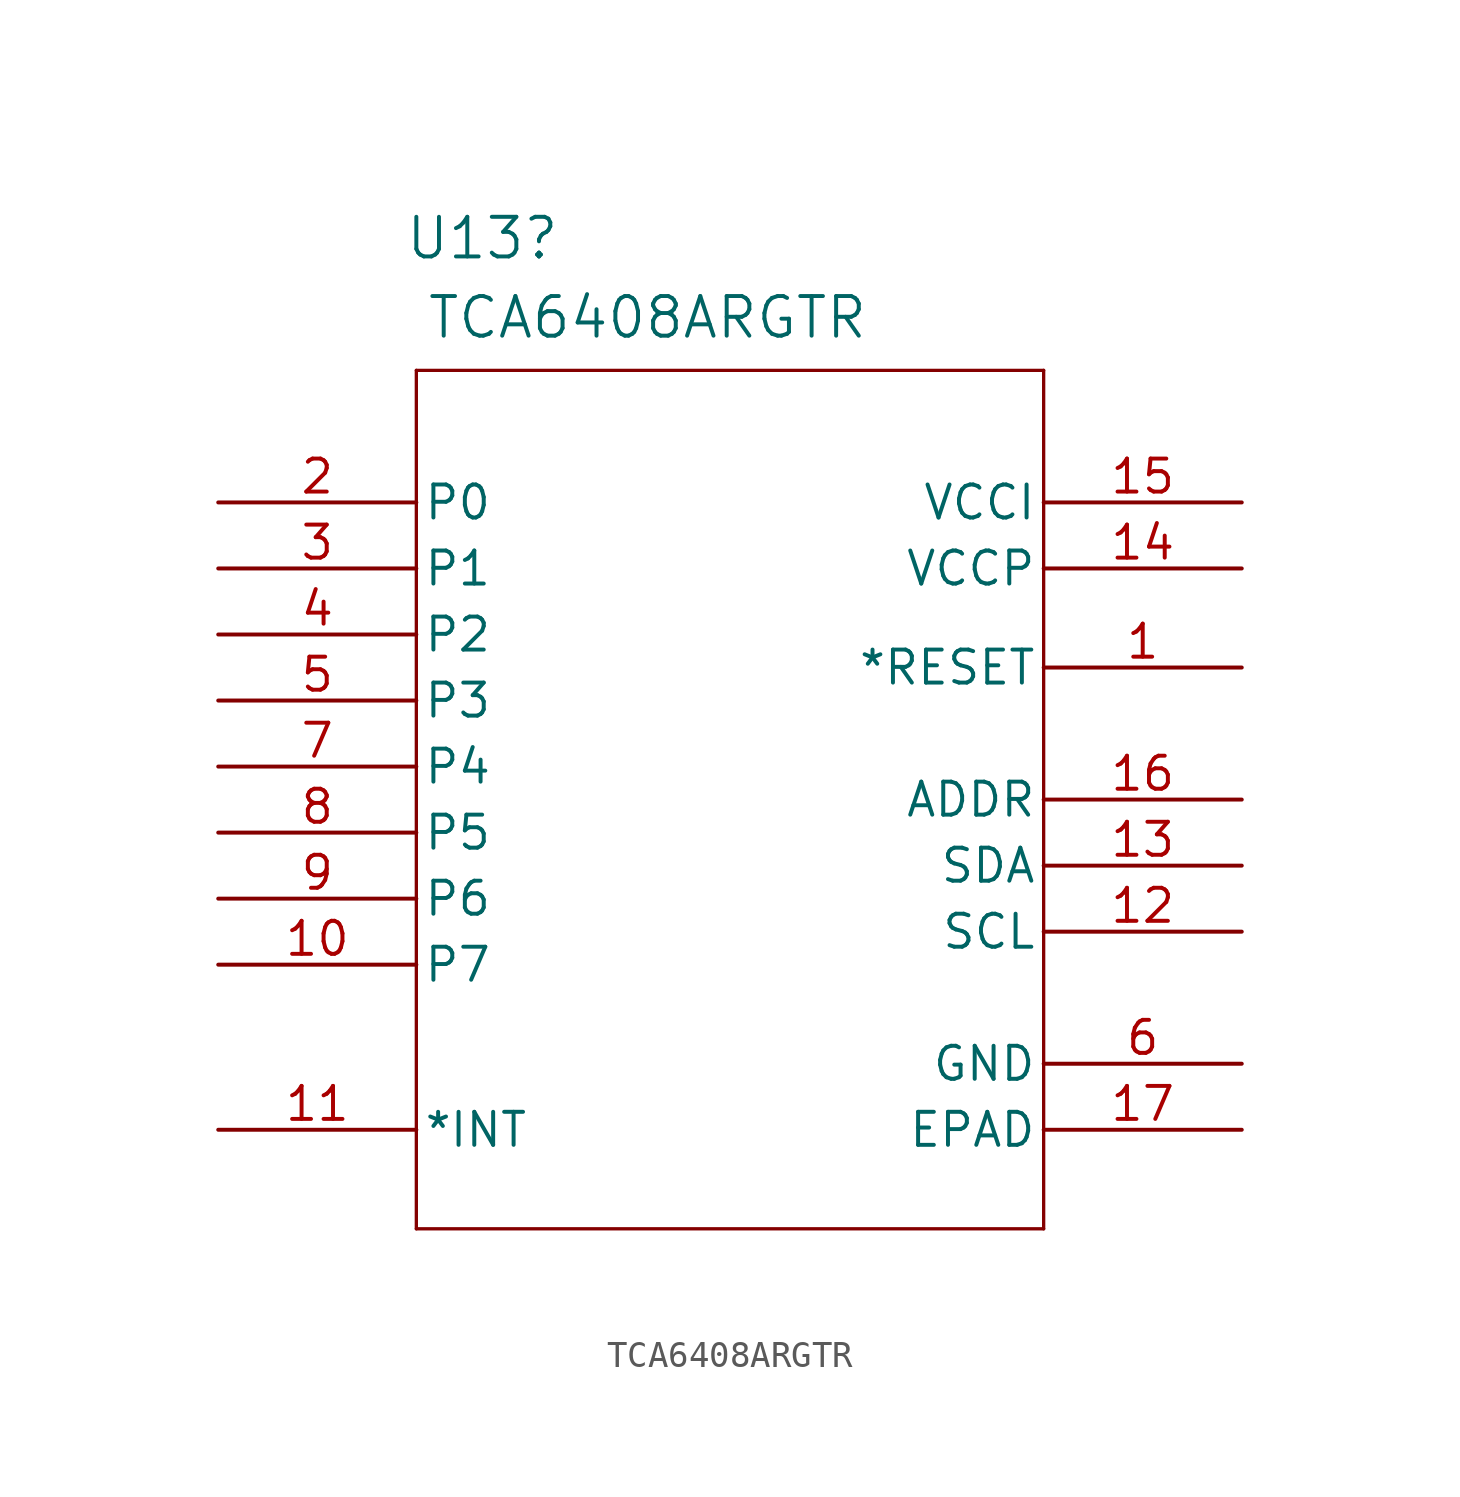
<source format=kicad_sym>
(kicad_symbol_lib
  (version 20231120)
  (generator "kicad_symbol_editor")
  (generator_version "8.0")
  (symbol "TCA6408ARGTR"
    (pin_names
      (offset 0.254))
    (property "Reference" "U13"
      (at 10.16 10.16 0)
      (effects (font (size 1.524 1.524))))
    (property "Value" "TCA6408ARGTR"
      (at 16.51 7.112 0)
      (effects (font (size 1.524 1.524))))
    (property "ki_locked" ""
      (at 0 0 0)
      (effects (font (size 1.27 1.27))))
    (symbol "TCA6408ARGTR_0_1"
      (polyline (pts (xy 7.62 -27.94) (xy 31.75 -27.94)) (stroke (width 0.127) (type default)) (fill (type none)))
      (polyline (pts (xy 7.62 5.08) (xy 7.62 -27.94)) (stroke (width 0.127) (type default)) (fill (type none)))
      (polyline (pts (xy 31.75 -27.94) (xy 31.75 5.08)) (stroke (width 0.127) (type default)) (fill (type none)))
      (polyline (pts (xy 31.75 5.08) (xy 7.62 5.08)) (stroke (width 0.127) (type default)) (fill (type none)))
      (pin bidirectional line (at 39.37 -16.51 180) (length 7.62) (name "SCL" (effects (font (size 1.27 1.27)))) (number "12" (effects (font (size 1.27 1.27)))))
      (pin bidirectional line (at 39.37 -13.97 180) (length 7.62) (name "SDA" (effects (font (size 1.27 1.27)))) (number "13" (effects (font (size 1.27 1.27)))))
      (pin power_in line (at 39.37 -2.54 180) (length 7.62) (name "VCCP" (effects (font (size 1.27 1.27)))) (number "14" (effects (font (size 1.27 1.27)))))
      (pin power_in line (at 39.37 0 180) (length 7.62) (name "VCCI" (effects (font (size 1.27 1.27)))) (number "15" (effects (font (size 1.27 1.27)))))
      (pin unspecified line (at 39.37 -11.43 180) (length 7.62) (name "ADDR" (effects (font (size 1.27 1.27)))) (number "16" (effects (font (size 1.27 1.27)))))
      (pin unspecified line (at 39.37 -24.13 180) (length 7.62) (name "EPAD" (effects (font (size 1.27 1.27)))) (number "17" (effects (font (size 1.27 1.27)))))
      (pin output line (at 0 0 0) (length 7.62) (name "P0" (effects (font (size 1.27 1.27)))) (number "2" (effects (font (size 1.27 1.27)))))
      (pin output line (at 0 -2.54 0) (length 7.62) (name "P1" (effects (font (size 1.27 1.27)))) (number "3" (effects (font (size 1.27 1.27)))))
      (pin output line (at 0 -5.08 0) (length 7.62) (name "P2" (effects (font (size 1.27 1.27)))) (number "4" (effects (font (size 1.27 1.27)))))
      (pin output line (at 0 -7.62 0) (length 7.62) (name "P3" (effects (font (size 1.27 1.27)))) (number "5" (effects (font (size 1.27 1.27)))))
      (pin output line (at 0 -10.16 0) (length 7.62) (name "P4" (effects (font (size 1.27 1.27)))) (number "7" (effects (font (size 1.27 1.27)))))
      (pin output line (at 0 -12.7 0) (length 7.62) (name "P5" (effects (font (size 1.27 1.27)))) (number "8" (effects (font (size 1.27 1.27))))))
    (symbol "TCA6408ARGTR_1_1"
      (pin input line (at 39.37 -6.35 180) (length 7.62) (name "*RESET" (effects (font (size 1.27 1.27)))) (number "1" (effects (font (size 1.27 1.27)))))
      (pin output line (at 0 -17.78 0) (length 7.62) (name "P7" (effects (font (size 1.27 1.27)))) (number "10" (effects (font (size 1.27 1.27)))))
      (pin output line (at 0 -24.13 0) (length 7.62) (name "*INT" (effects (font (size 1.27 1.27)))) (number "11" (effects (font (size 1.27 1.27)))))
      (pin power_in line (at 39.37 -21.59 180) (length 7.62) (name "GND" (effects (font (size 1.27 1.27)))) (number "6" (effects (font (size 1.27 1.27)))))
      (pin output line (at 0 -15.24 0) (length 7.62) (name "P6" (effects (font (size 1.27 1.27)))) (number "9" (effects (font (size 1.27 1.27))))))))
</source>
